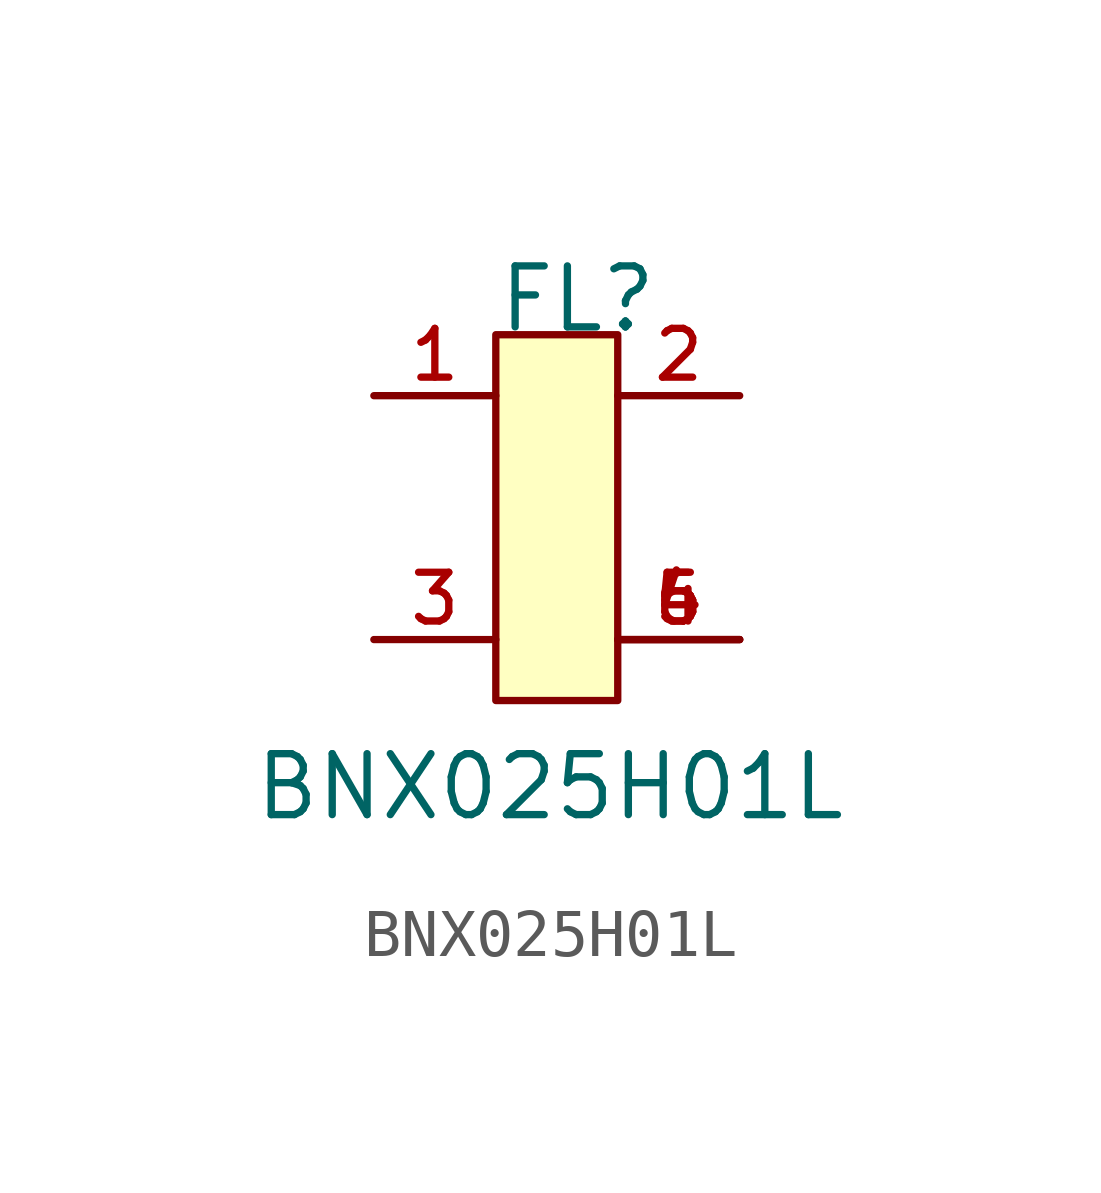
<source format=kicad_sym>
(kicad_symbol_lib
  (version 20211014)
  (generator kicad_symbol_editor)
  (symbol "BNX025H01L"
    (pin_names
      (offset 1.016) hide)
    (property "Reference" "FL"
      (at -1.27 3.81 0)
      (effects (font (size 1.27 1.27)) (justify left bottom)))
    (property "Value" "BNX025H01L"
      (at -6.35 -6.35 0)
      (effects (font (size 1.27 1.27)) (justify left bottom)))
    (property "ki_locked" ""
      (at 0 0 0)
      (effects (font (size 1.27 1.27))))
    (symbol "BNX025H01L_0_0"
      (pin passive line (at -3.81 2.54 0) (length 2.54) (name "~" (effects (font (size 1.016 1.016)))) (number "1" (effects (font (size 1.016 1.016)))))
      (pin passive line (at 3.81 2.54 180) (length 2.54) (name "~" (effects (font (size 1.016 1.016)))) (number "2" (effects (font (size 1.016 1.016)))))
      (pin passive line (at -3.81 -2.54 0) (length 2.54) (name "~" (effects (font (size 1.016 1.016)))) (number "3" (effects (font (size 1.016 1.016)))))
      (pin passive line (at 3.81 -2.54 180) (length 2.54) (name "~" (effects (font (size 1.016 1.016)))) (number "4" (effects (font (size 1.016 1.016)))))
      (pin passive line (at 3.81 -2.54 180) (length 2.54) (name "~" (effects (font (size 1.016 1.016)))) (number "5" (effects (font (size 1.016 1.016)))))
      (pin passive line (at 3.81 -2.54 180) (length 2.54) (name "~" (effects (font (size 1.016 1.016)))) (number "6" (effects (font (size 1.016 1.016))))))
    (symbol "BNX025H01L_0_1"
      (rectangle (start -1.27 3.81) (end 1.27 -3.81) (stroke (width 0) (type default) (color 0 0 0 0)) (fill (type background))))))
</source>
